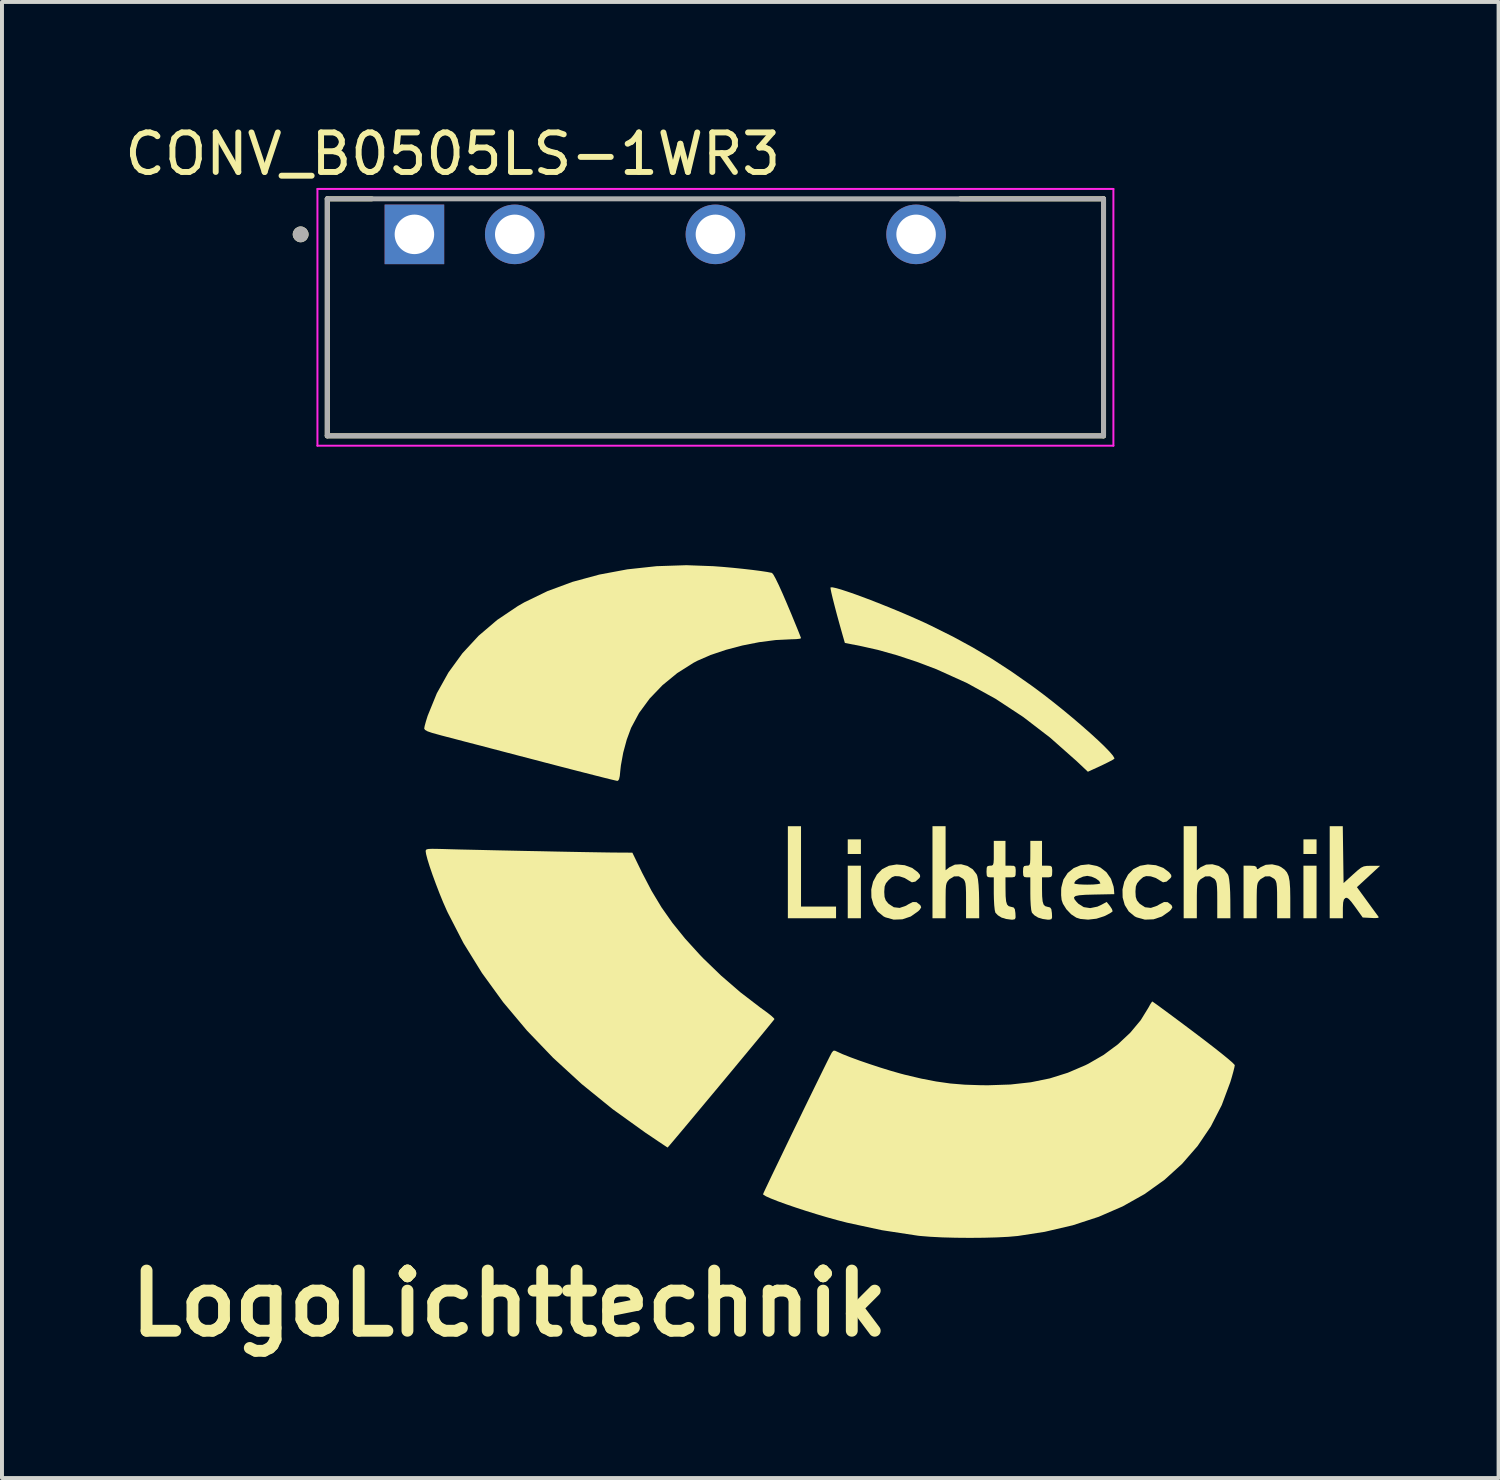
<source format=kicad_pcb>
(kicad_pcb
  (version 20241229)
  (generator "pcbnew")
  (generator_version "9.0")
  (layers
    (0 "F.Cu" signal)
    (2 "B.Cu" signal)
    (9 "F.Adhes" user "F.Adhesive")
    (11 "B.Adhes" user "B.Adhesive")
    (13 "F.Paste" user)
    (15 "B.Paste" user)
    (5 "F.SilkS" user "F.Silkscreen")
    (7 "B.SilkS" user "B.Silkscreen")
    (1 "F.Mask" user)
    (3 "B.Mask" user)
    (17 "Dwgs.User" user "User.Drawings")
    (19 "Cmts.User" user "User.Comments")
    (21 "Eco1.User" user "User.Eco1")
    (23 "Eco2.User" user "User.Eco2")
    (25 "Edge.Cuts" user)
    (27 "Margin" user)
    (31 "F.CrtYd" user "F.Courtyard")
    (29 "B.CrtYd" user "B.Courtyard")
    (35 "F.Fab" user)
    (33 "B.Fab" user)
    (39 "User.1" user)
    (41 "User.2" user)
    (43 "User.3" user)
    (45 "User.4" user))
  (footprint "LogoLichttechnik"
    (layer "F.Cu")
    (at 20.001 19.789)
    (property "Reference" "LogoLichttechnik" (at -10.16 10.16 0) (layer "F.SilkS") (effects (font (size 1.524 1.524) (thickness 0.3))))
    (attr board_only exclude_from_pos_files exclude_from_bom)
    (fp_poly (pts (xy -1.257 -1.22) (xy -1.59 -1.22) (xy -1.59 -1.59) (xy -1.257 -1.59)) (stroke (width 0) (type solid)) (fill yes) (layer "F.SilkS"))
    (fp_poly (pts (xy -1.257 0.407) (xy -1.59 0.407) (xy -1.59 -0.924) (xy -1.257 -0.924)) (stroke (width 0) (type solid)) (fill yes) (layer "F.SilkS"))
    (fp_poly (pts (xy 10.278 -1.22) (xy 9.946 -1.22) (xy 9.946 -1.59) (xy 10.278 -1.59)) (stroke (width 0) (type solid)) (fill yes) (layer "F.SilkS"))
    (fp_poly (pts (xy 10.278 0.407) (xy 9.946 0.407) (xy 9.946 -0.924) (xy 10.278 -0.924)) (stroke (width 0) (type solid)) (fill yes) (layer "F.SilkS"))
    (fp_poly (pts (xy -2.773 0.111) (xy -1.886 0.111) (xy -1.886 0.407) (xy -3.106 0.407) (xy -3.106 -1.923) (xy -2.773 -1.923)) (stroke (width 0) (type solid)) (fill yes) (layer "F.SilkS"))
    (fp_poly (pts (xy 0.887 -0.808) (xy 0.985 -0.885) (xy 1.123 -0.951) (xy 1.281 -0.96) (xy 1.438 -0.918) (xy 1.575 -0.832) (xy 1.672 -0.707) (xy 1.689 -0.664) (xy 1.707 -0.576) (xy 1.722 -0.433) (xy 1.732 -0.254) (xy 1.736 -0.065) (xy 1.738 0.407) (xy 1.405 0.407) (xy 1.405 -0.055) (xy 1.404 -0.251) (xy 1.399 -0.387) (xy 1.389 -0.478) (xy 1.371 -0.537) (xy 1.344 -0.578) (xy 1.331 -0.592) (xy 1.222 -0.655) (xy 1.101 -0.652) (xy 0.984 -0.581) (xy 0.978 -0.575) (xy 0.94 -0.532) (xy 0.914 -0.486) (xy 0.898 -0.421) (xy 0.89 -0.322) (xy 0.888 -0.174) (xy 0.887 -0.039) (xy 0.887 0.407) (xy 0.555 0.407) (xy 0.555 -1.923) (xy 0.887 -1.923)) (stroke (width 0) (type solid)) (fill yes) (layer "F.SilkS"))
    (fp_poly (pts (xy 7.247 -0.808) (xy 7.344 -0.885) (xy 7.483 -0.951) (xy 7.64 -0.96) (xy 7.797 -0.918) (xy 7.934 -0.832) (xy 8.031 -0.707) (xy 8.049 -0.664) (xy 8.066 -0.576) (xy 8.081 -0.433) (xy 8.091 -0.254) (xy 8.095 -0.065) (xy 8.097 0.407) (xy 7.764 0.407) (xy 7.764 -0.055) (xy 7.763 -0.251) (xy 7.758 -0.387) (xy 7.748 -0.478) (xy 7.73 -0.537) (xy 7.703 -0.578) (xy 7.69 -0.592) (xy 7.581 -0.655) (xy 7.46 -0.652) (xy 7.343 -0.581) (xy 7.337 -0.575) (xy 7.299 -0.532) (xy 7.273 -0.486) (xy 7.258 -0.421) (xy 7.25 -0.322) (xy 7.247 -0.174) (xy 7.247 -0.039) (xy 7.247 0.407) (xy 6.914 0.407) (xy 6.914 -1.923) (xy 7.247 -1.923)) (stroke (width 0) (type solid)) (fill yes) (layer "F.SilkS"))
    (fp_poly (pts (xy 10.952 -1.203) (xy 10.962 -0.484) (xy 11.203 -0.703) (xy 11.32 -0.807) (xy 11.403 -0.872) (xy 11.474 -0.906) (xy 11.552 -0.919) (xy 11.658 -0.921) (xy 11.665 -0.921) (xy 11.887 -0.921) (xy 11.3 -0.38) (xy 11.553 -0.033) (xy 11.656 0.109) (xy 11.746 0.232) (xy 11.812 0.322) (xy 11.843 0.363) (xy 11.851 0.389) (xy 11.812 0.401) (xy 11.716 0.402) (xy 11.664 0.399) (xy 11.447 0.388) (xy 11.258 0.124) (xy 11.162 -0.005) (xy 11.095 -0.08) (xy 11.048 -0.111) (xy 11.01 -0.107) (xy 11.006 -0.105) (xy 10.97 -0.067) (xy 10.951 0.009) (xy 10.944 0.138) (xy 10.944 0.168) (xy 10.944 0.407) (xy 10.611 0.407) (xy 10.611 -1.923) (xy 10.942 -1.923)) (stroke (width 0) (type solid)) (fill yes) (layer "F.SilkS"))
    (fp_poly (pts (xy 9.314 -0.922) (xy 9.38 -0.889) (xy 9.466 -0.827) (xy 9.528 -0.755) (xy 9.571 -0.66) (xy 9.596 -0.529) (xy 9.609 -0.35) (xy 9.613 -0.111) (xy 9.613 -0.094) (xy 9.613 0.407) (xy 9.28 0.407) (xy 9.28 -0.055) (xy 9.279 -0.251) (xy 9.274 -0.387) (xy 9.264 -0.478) (xy 9.246 -0.537) (xy 9.219 -0.578) (xy 9.206 -0.592) (xy 9.097 -0.655) (xy 8.976 -0.652) (xy 8.859 -0.581) (xy 8.853 -0.575) (xy 8.815 -0.532) (xy 8.789 -0.486) (xy 8.774 -0.421) (xy 8.766 -0.322) (xy 8.763 -0.174) (xy 8.762 -0.039) (xy 8.762 0.407) (xy 8.43 0.407) (xy 8.43 -0.924) (xy 8.596 -0.924) (xy 8.704 -0.918) (xy 8.754 -0.894) (xy 8.762 -0.866) (xy 8.772 -0.834) (xy 8.81 -0.848) (xy 8.86 -0.885) (xy 8.992 -0.946) (xy 9.153 -0.958)) (stroke (width 0) (type solid)) (fill yes) (layer "F.SilkS"))
    (fp_poly (pts (xy -0.148 -0.936) (xy 0.04 -0.867) (xy 0.185 -0.758) (xy 0.239 -0.69) (xy 0.242 -0.641) (xy 0.221 -0.609) (xy 0.123 -0.521) (xy 0.033 -0.503) (xy -0.055 -0.554) (xy -0.149 -0.612) (xy -0.269 -0.651) (xy -0.29 -0.655) (xy -0.395 -0.66) (xy -0.471 -0.633) (xy -0.553 -0.562) (xy -0.623 -0.48) (xy -0.656 -0.397) (xy -0.665 -0.278) (xy -0.666 -0.259) (xy -0.658 -0.133) (xy -0.628 -0.046) (xy -0.564 0.033) (xy -0.557 0.04) (xy -0.424 0.128) (xy -0.276 0.145) (xy -0.115 0.09) (xy -0.059 0.055) (xy 0.057 -0.004) (xy 0.15 -0.001) (xy 0.237 0.067) (xy 0.252 0.084) (xy 0.269 0.131) (xy 0.235 0.188) (xy 0.193 0.23) (xy 0.004 0.363) (xy -0.208 0.434) (xy -0.426 0.442) (xy -0.635 0.384) (xy -0.684 0.36) (xy -0.835 0.236) (xy -0.937 0.071) (xy -0.991 -0.119) (xy -0.995 -0.322) (xy -0.949 -0.52) (xy -0.852 -0.7) (xy -0.72 -0.835) (xy -0.549 -0.922) (xy -0.352 -0.955)) (stroke (width 0) (type solid)) (fill yes) (layer "F.SilkS"))
    (fp_poly (pts (xy 6.211 -0.936) (xy 6.4 -0.867) (xy 6.544 -0.758) (xy 6.598 -0.69) (xy 6.602 -0.641) (xy 6.58 -0.609) (xy 6.482 -0.521) (xy 6.392 -0.503) (xy 6.304 -0.554) (xy 6.21 -0.612) (xy 6.09 -0.651) (xy 6.069 -0.655) (xy 5.964 -0.66) (xy 5.888 -0.633) (xy 5.806 -0.562) (xy 5.736 -0.48) (xy 5.703 -0.397) (xy 5.694 -0.278) (xy 5.694 -0.259) (xy 5.701 -0.133) (xy 5.731 -0.046) (xy 5.795 0.033) (xy 5.802 0.04) (xy 5.935 0.128) (xy 6.083 0.145) (xy 6.244 0.09) (xy 6.301 0.055) (xy 6.417 -0.004) (xy 6.509 -0.001) (xy 6.597 0.067) (xy 6.611 0.084) (xy 6.628 0.131) (xy 6.594 0.188) (xy 6.553 0.23) (xy 6.363 0.363) (xy 6.151 0.434) (xy 5.933 0.442) (xy 5.724 0.384) (xy 5.675 0.36) (xy 5.524 0.236) (xy 5.422 0.071) (xy 5.369 -0.119) (xy 5.365 -0.322) (xy 5.411 -0.52) (xy 5.507 -0.7) (xy 5.639 -0.835) (xy 5.81 -0.922) (xy 6.007 -0.955)) (stroke (width 0) (type solid)) (fill yes) (layer "F.SilkS"))
    (fp_poly (pts (xy 2.403 -0.924) (xy 2.533 -0.924) (xy 2.615 -0.92) (xy 2.652 -0.892) (xy 2.662 -0.82) (xy 2.662 -0.776) (xy 2.658 -0.682) (xy 2.634 -0.64) (xy 2.571 -0.629) (xy 2.533 -0.629) (xy 2.403 -0.629) (xy 2.404 -0.342) (xy 2.407 -0.151) (xy 2.419 -0.022) (xy 2.443 0.058) (xy 2.483 0.1) (xy 2.543 0.118) (xy 2.546 0.118) (xy 2.609 0.134) (xy 2.64 0.178) (xy 2.654 0.272) (xy 2.655 0.287) (xy 2.659 0.385) (xy 2.643 0.43) (xy 2.592 0.442) (xy 2.544 0.442) (xy 2.419 0.425) (xy 2.304 0.39) (xy 2.212 0.333) (xy 2.149 0.267) (xy 2.147 0.264) (xy 2.131 0.198) (xy 2.118 0.076) (xy 2.11 -0.082) (xy 2.107 -0.219) (xy 2.107 -0.629) (xy 2.015 -0.629) (xy 1.955 -0.637) (xy 1.929 -0.675) (xy 1.923 -0.764) (xy 1.923 -0.776) (xy 1.928 -0.872) (xy 1.951 -0.914) (xy 2.007 -0.924) (xy 2.015 -0.924) (xy 2.06 -0.927) (xy 2.087 -0.946) (xy 2.101 -0.994) (xy 2.107 -1.088) (xy 2.107 -1.239) (xy 2.107 -1.553) (xy 2.403 -1.553)) (stroke (width 0) (type solid)) (fill yes) (layer "F.SilkS"))
    (fp_poly (pts (xy 3.328 -0.924) (xy 3.457 -0.924) (xy 3.54 -0.92) (xy 3.577 -0.892) (xy 3.586 -0.82) (xy 3.586 -0.776) (xy 3.582 -0.682) (xy 3.558 -0.64) (xy 3.495 -0.629) (xy 3.457 -0.629) (xy 3.328 -0.629) (xy 3.328 -0.342) (xy 3.331 -0.151) (xy 3.343 -0.022) (xy 3.367 0.058) (xy 3.407 0.1) (xy 3.467 0.118) (xy 3.47 0.118) (xy 3.533 0.134) (xy 3.564 0.178) (xy 3.578 0.272) (xy 3.579 0.287) (xy 3.583 0.385) (xy 3.567 0.43) (xy 3.516 0.442) (xy 3.468 0.442) (xy 3.344 0.425) (xy 3.229 0.39) (xy 3.136 0.333) (xy 3.073 0.267) (xy 3.072 0.264) (xy 3.055 0.198) (xy 3.042 0.076) (xy 3.034 -0.082) (xy 3.032 -0.219) (xy 3.032 -0.629) (xy 2.939 -0.629) (xy 2.88 -0.637) (xy 2.853 -0.675) (xy 2.847 -0.764) (xy 2.847 -0.776) (xy 2.852 -0.872) (xy 2.876 -0.914) (xy 2.931 -0.924) (xy 2.939 -0.924) (xy 2.984 -0.927) (xy 3.011 -0.946) (xy 3.026 -0.994) (xy 3.031 -1.088) (xy 3.032 -1.239) (xy 3.032 -1.553) (xy 3.328 -1.553)) (stroke (width 0) (type solid)) (fill yes) (layer "F.SilkS"))
    (fp_poly (pts (xy -1.869 -7.947) (xy -1.71 -7.899) (xy -1.508 -7.832) (xy -1.274 -7.748) (xy -1.013 -7.65) (xy -0.736 -7.541) (xy -0.451 -7.426) (xy -0.166 -7.307) (xy 0.11 -7.187) (xy 0.37 -7.07) (xy 0.527 -6.995) (xy 1.074 -6.722) (xy 1.578 -6.448) (xy 2.062 -6.16) (xy 2.547 -5.844) (xy 3.055 -5.488) (xy 3.124 -5.438) (xy 3.361 -5.261) (xy 3.607 -5.07) (xy 3.855 -4.871) (xy 4.099 -4.669) (xy 4.333 -4.469) (xy 4.55 -4.278) (xy 4.744 -4.101) (xy 4.908 -3.944) (xy 5.036 -3.812) (xy 5.122 -3.711) (xy 5.16 -3.647) (xy 5.158 -3.63) (xy 5.109 -3.599) (xy 5.011 -3.547) (xy 4.879 -3.482) (xy 4.805 -3.447) (xy 4.489 -3.302) (xy 4.203 -3.572) (xy 3.532 -4.166) (xy 2.851 -4.689) (xy 2.153 -5.148) (xy 1.431 -5.546) (xy 0.677 -5.887) (xy 0.657 -5.896) (xy 0.158 -6.085) (xy -0.344 -6.251) (xy -0.828 -6.387) (xy -1.237 -6.479) (xy -1.663 -6.563) (xy -1.716 -6.747) (xy -1.793 -7.02) (xy -1.863 -7.274) (xy -1.923 -7.503) (xy -1.972 -7.696) (xy -2.007 -7.844) (xy -2.025 -7.938) (xy -2.026 -7.969) (xy -1.977 -7.971)) (stroke (width 0) (type solid)) (fill yes) (layer "F.SilkS"))
    (fp_poly (pts (xy 4.715 -0.917) (xy 4.809 -0.876) (xy 4.959 -0.758) (xy 5.074 -0.591) (xy 5.139 -0.397) (xy 5.148 -0.333) (xy 5.158 -0.203) (xy 4.649 -0.193) (xy 4.426 -0.187) (xy 4.271 -0.175) (xy 4.177 -0.156) (xy 4.138 -0.124) (xy 4.148 -0.077) (xy 4.201 -0.01) (xy 4.249 0.04) (xy 4.384 0.125) (xy 4.548 0.15) (xy 4.73 0.113) (xy 4.822 0.071) (xy 4.965 -0.006) (xy 5.049 0.099) (xy 5.099 0.175) (xy 5.115 0.229) (xy 5.113 0.235) (xy 5.071 0.267) (xy 4.983 0.316) (xy 4.904 0.355) (xy 4.707 0.418) (xy 4.496 0.442) (xy 4.298 0.424) (xy 4.196 0.392) (xy 4.066 0.307) (xy 3.946 0.181) (xy 3.857 0.039) (xy 3.824 -0.057) (xy 3.812 -0.176) (xy 3.813 -0.321) (xy 3.817 -0.373) (xy 3.844 -0.478) (xy 4.141 -0.478) (xy 4.175 -0.463) (xy 4.267 -0.451) (xy 4.399 -0.445) (xy 4.474 -0.444) (xy 4.62 -0.447) (xy 4.734 -0.457) (xy 4.798 -0.47) (xy 4.806 -0.478) (xy 4.774 -0.538) (xy 4.693 -0.598) (xy 4.586 -0.645) (xy 4.479 -0.665) (xy 4.474 -0.666) (xy 4.367 -0.647) (xy 4.26 -0.601) (xy 4.177 -0.542) (xy 4.141 -0.481) (xy 4.141 -0.478) (xy 3.844 -0.478) (xy 3.87 -0.574) (xy 3.978 -0.739) (xy 4.129 -0.862) (xy 4.31 -0.937) (xy 4.51 -0.958)) (stroke (width 0) (type solid)) (fill yes) (layer "F.SilkS"))
    (fp_poly (pts (xy -11.971 -1.349) (xy -11.803 -1.345) (xy -11.638 -1.34) (xy -11.415 -1.334) (xy -11.142 -1.328) (xy -10.829 -1.321) (xy -10.486 -1.313) (xy -10.122 -1.305) (xy -9.745 -1.297) (xy -9.366 -1.29) (xy -8.994 -1.282) (xy -8.638 -1.275) (xy -8.308 -1.269) (xy -8.013 -1.264) (xy -7.762 -1.26) (xy -7.564 -1.257) (xy -7.429 -1.256) (xy -7.413 -1.255) (xy -7.043 -1.254) (xy -6.796 -0.746) (xy -6.558 -0.29) (xy -6.306 0.129) (xy -6.027 0.526) (xy -5.709 0.92) (xy -5.34 1.326) (xy -5.251 1.419) (xy -4.795 1.86) (xy -4.303 2.285) (xy -3.802 2.669) (xy -3.738 2.715) (xy -3.611 2.808) (xy -3.513 2.887) (xy -3.456 2.942) (xy -3.446 2.96) (xy -3.47 2.992) (xy -3.537 3.074) (xy -3.64 3.201) (xy -3.775 3.365) (xy -3.937 3.561) (xy -4.121 3.783) (xy -4.321 4.024) (xy -4.532 4.279) (xy -4.75 4.541) (xy -4.969 4.804) (xy -5.184 5.061) (xy -5.39 5.308) (xy -5.581 5.537) (xy -5.753 5.743) (xy -5.901 5.919) (xy -6.019 6.059) (xy -6.102 6.157) (xy -6.145 6.206) (xy -6.15 6.211) (xy -6.181 6.192) (xy -6.264 6.137) (xy -6.388 6.054) (xy -6.543 5.949) (xy -6.709 5.838) (xy -7.544 5.238) (xy -8.324 4.605) (xy -9.048 3.941) (xy -9.711 3.25) (xy -10.313 2.533) (xy -10.849 1.794) (xy -11.318 1.036) (xy -11.717 0.262) (xy -11.744 0.204) (xy -11.835 -0.002) (xy -11.927 -0.228) (xy -12.017 -0.462) (xy -12.101 -0.691) (xy -12.173 -0.901) (xy -12.229 -1.081) (xy -12.264 -1.216) (xy -12.275 -1.288) (xy -12.271 -1.317) (xy -12.25 -1.337) (xy -12.201 -1.347) (xy -12.112 -1.351)) (stroke (width 0) (type solid)) (fill yes) (layer "F.SilkS"))
    (fp_poly (pts (xy -4.995 -8.506) (xy -4.753 -8.488) (xy -4.498 -8.465) (xy -4.245 -8.439) (xy -4.008 -8.412) (xy -3.799 -8.385) (xy -3.633 -8.36) (xy -3.524 -8.339) (xy -3.508 -8.335) (xy -3.474 -8.295) (xy -3.416 -8.191) (xy -3.337 -8.029) (xy -3.24 -7.814) (xy -3.127 -7.552) (xy -3.111 -7.513) (xy -3.015 -7.286) (xy -2.931 -7.081) (xy -2.86 -6.908) (xy -2.808 -6.778) (xy -2.778 -6.7) (xy -2.773 -6.682) (xy -2.807 -6.669) (xy -2.895 -6.659) (xy -3.02 -6.655) (xy -3.025 -6.655) (xy -3.414 -6.636) (xy -3.832 -6.582) (xy -4.258 -6.498) (xy -4.674 -6.388) (xy -5.061 -6.258) (xy -5.4 -6.11) (xy -5.496 -6.059) (xy -5.908 -5.798) (xy -6.28 -5.493) (xy -6.605 -5.154) (xy -6.873 -4.789) (xy -7.075 -4.412) (xy -7.185 -4.114) (xy -7.274 -3.785) (xy -7.333 -3.461) (xy -7.347 -3.337) (xy -7.361 -3.194) (xy -7.38 -3.111) (xy -7.406 -3.075) (xy -7.428 -3.071) (xy -7.473 -3.081) (xy -7.584 -3.107) (xy -7.753 -3.149) (xy -7.974 -3.205) (xy -8.24 -3.273) (xy -8.545 -3.351) (xy -8.881 -3.438) (xy -9.243 -3.532) (xy -9.52 -3.605) (xy -9.909 -3.706) (xy -10.287 -3.805) (xy -10.646 -3.899) (xy -10.978 -3.986) (xy -11.276 -4.063) (xy -11.53 -4.13) (xy -11.734 -4.183) (xy -11.879 -4.221) (xy -11.933 -4.236) (xy -12.111 -4.285) (xy -12.227 -4.325) (xy -12.29 -4.36) (xy -12.312 -4.394) (xy -12.312 -4.398) (xy -12.3 -4.462) (xy -12.27 -4.573) (xy -12.228 -4.708) (xy -12.223 -4.723) (xy -11.993 -5.287) (xy -11.699 -5.814) (xy -11.345 -6.301) (xy -10.933 -6.746) (xy -10.465 -7.145) (xy -9.944 -7.495) (xy -9.779 -7.59) (xy -9.193 -7.874) (xy -8.558 -8.109) (xy -7.881 -8.293) (xy -7.169 -8.426) (xy -6.431 -8.506) (xy -5.673 -8.531)) (stroke (width 0) (type solid)) (fill yes) (layer "F.SilkS"))
    (fp_poly (pts (xy 6.153 2.536) (xy 6.238 2.596) (xy 6.369 2.692) (xy 6.537 2.816) (xy 6.738 2.965) (xy 6.964 3.134) (xy 7.173 3.291) (xy 7.441 3.494) (xy 7.677 3.676) (xy 7.876 3.833) (xy 8.033 3.961) (xy 8.143 4.056) (xy 8.2 4.114) (xy 8.208 4.128) (xy 8.197 4.187) (xy 8.169 4.299) (xy 8.128 4.445) (xy 8.095 4.555) (xy 7.878 5.137) (xy 7.602 5.676) (xy 7.267 6.172) (xy 6.875 6.623) (xy 6.428 7.029) (xy 5.925 7.389) (xy 5.37 7.701) (xy 4.762 7.965) (xy 4.104 8.18) (xy 3.396 8.345) (xy 2.717 8.45) (xy 2.48 8.471) (xy 2.186 8.486) (xy 1.854 8.495) (xy 1.501 8.498) (xy 1.146 8.495) (xy 0.804 8.486) (xy 0.496 8.47) (xy 0.237 8.449) (xy 0.185 8.443) (xy -0.724 8.304) (xy -1.608 8.113) (xy -1.853 8.05) (xy -2.115 7.977) (xy -2.385 7.897) (xy -2.655 7.813) (xy -2.914 7.728) (xy -3.153 7.646) (xy -3.363 7.57) (xy -3.534 7.502) (xy -3.658 7.447) (xy -3.725 7.406) (xy -3.734 7.393) (xy -3.719 7.356) (xy -3.674 7.259) (xy -3.604 7.112) (xy -3.513 6.92) (xy -3.403 6.692) (xy -3.279 6.435) (xy -3.145 6.156) (xy -3.003 5.862) (xy -2.857 5.562) (xy -2.712 5.263) (xy -2.57 4.972) (xy -2.435 4.696) (xy -2.311 4.443) (xy -2.202 4.221) (xy -2.111 4.037) (xy -2.047 3.909) (xy -1.994 3.808) (xy -1.955 3.762) (xy -1.914 3.759) (xy -1.857 3.785) (xy -1.719 3.848) (xy -1.524 3.925) (xy -1.29 4.011) (xy -1.03 4.1) (xy -0.762 4.188) (xy -0.499 4.269) (xy -0.258 4.338) (xy -0.152 4.366) (xy 0.27 4.466) (xy 0.648 4.539) (xy 1.007 4.59) (xy 1.372 4.62) (xy 1.766 4.633) (xy 1.96 4.635) (xy 2.528 4.616) (xy 3.045 4.559) (xy 3.525 4.461) (xy 3.98 4.318) (xy 4.424 4.128) (xy 4.499 4.091) (xy 4.888 3.866) (xy 5.247 3.6) (xy 5.563 3.303) (xy 5.827 2.987) (xy 6.022 2.67) (xy 6.072 2.579) (xy 6.11 2.523) (xy 6.12 2.514)) (stroke (width 0) (type solid)) (fill yes) (layer "F.SilkS")))
  (footprint "CONV_B0505LS-1WR3"
    (layer "F.Cu")
    (at 15.061 4.983)
    (property "Reference" "CONV_B0505LS-1WR3" (at -6.65 -4.135 0) (layer "F.SilkS") (effects (font (size 1 1) (thickness 0.15))))
    (attr through_hole)
    (fp_line (start -9.825 -3) (end -8.7 -3) (stroke (width 0.127) (type solid)) (layer "F.SilkS"))
    (fp_line (start -9.825 3) (end -9.825 -3) (stroke (width 0.127) (type solid)) (layer "F.SilkS"))
    (fp_line (start 6.2 -3) (end 9.825 -3) (stroke (width 0.127) (type solid)) (layer "F.SilkS"))
    (fp_line (start 9.825 -3) (end 9.825 3) (stroke (width 0.127) (type solid)) (layer "F.SilkS"))
    (fp_line (start 9.825 3) (end -9.825 3) (stroke (width 0.127) (type solid)) (layer "F.SilkS"))
    (fp_circle (center -10.5 -2.1) (end -10.4 -2.1) (stroke (width 0.2) (type solid)) (fill no) (layer "F.SilkS"))
    (fp_line (start -10.075 -3.25) (end 10.075 -3.25) (stroke (width 0.05) (type solid)) (layer "F.CrtYd"))
    (fp_line (start -10.075 3.25) (end -10.075 -3.25) (stroke (width 0.05) (type solid)) (layer "F.CrtYd"))
    (fp_line (start 10.075 -3.25) (end 10.075 3.25) (stroke (width 0.05) (type solid)) (layer "F.CrtYd"))
    (fp_line (start 10.075 3.25) (end -10.075 3.25) (stroke (width 0.05) (type solid)) (layer "F.CrtYd"))
    (fp_line (start -9.825 -3) (end -9.825 3) (stroke (width 0.127) (type solid)) (layer "F.Fab"))
    (fp_line (start -9.825 -3) (end 9.825 -3) (stroke (width 0.127) (type solid)) (layer "F.Fab"))
    (fp_line (start -9.825 3) (end 9.825 3) (stroke (width 0.127) (type solid)) (layer "F.Fab"))
    (fp_line (start 9.825 3) (end 9.825 -3) (stroke (width 0.127) (type solid)) (layer "F.Fab"))
    (fp_circle (center -10.5 -2.1) (end -10.4 -2.1) (stroke (width 0.2) (type solid)) (fill no) (layer "F.Fab"))
    (pad "1" thru_hole rect (at -7.62 -2.1) (size 1.508 1.508) (drill 1) (layers "*.Cu" "*.Mask"))
    (pad "2" thru_hole circle (at -5.08 -2.1) (size 1.508 1.508) (drill 1) (layers "*.Cu" "*.Mask"))
    (pad "4" thru_hole circle (at 0 -2.1) (size 1.508 1.508) (drill 1) (layers "*.Cu" "*.Mask"))
    (pad "6" thru_hole circle (at 5.08 -2.1) (size 1.508 1.508) (drill 1) (layers "*.Cu" "*.Mask")))
  (gr_rect
    (start -3 -3)
    (end 34.887 34.367)
    (stroke (width 0.1) (type default))
    (fill no)
    (layer "Edge.Cuts")))
</source>
